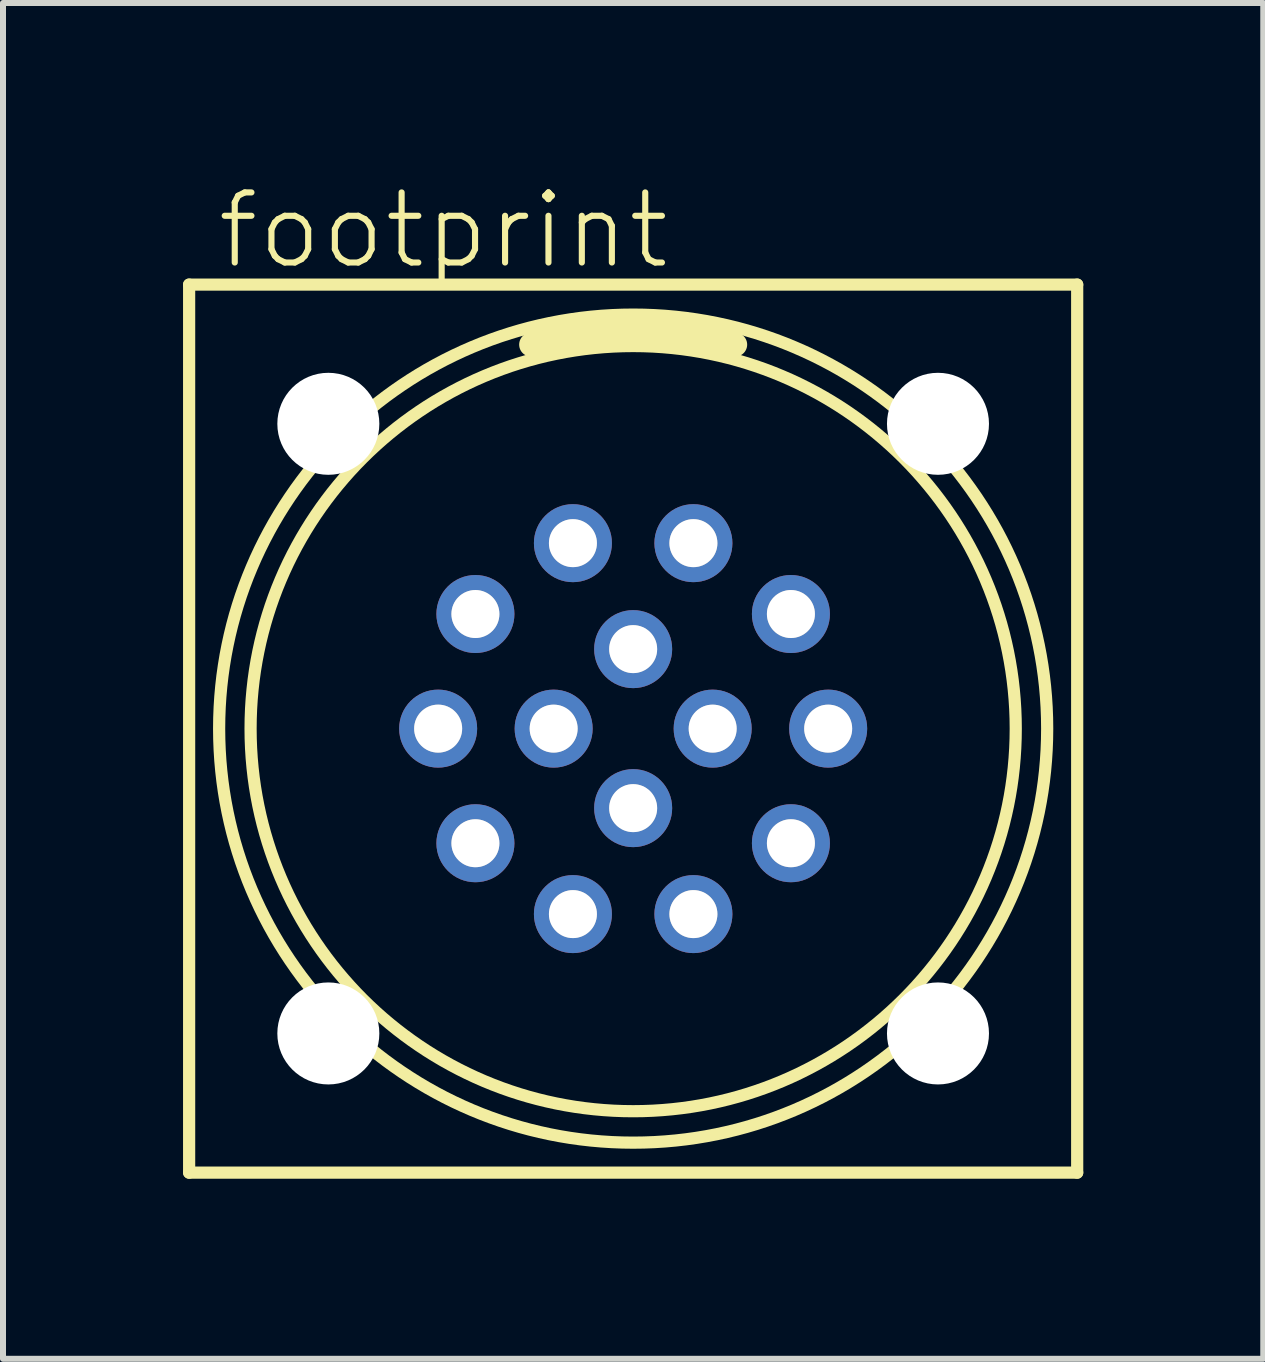
<source format=kicad_pcb>
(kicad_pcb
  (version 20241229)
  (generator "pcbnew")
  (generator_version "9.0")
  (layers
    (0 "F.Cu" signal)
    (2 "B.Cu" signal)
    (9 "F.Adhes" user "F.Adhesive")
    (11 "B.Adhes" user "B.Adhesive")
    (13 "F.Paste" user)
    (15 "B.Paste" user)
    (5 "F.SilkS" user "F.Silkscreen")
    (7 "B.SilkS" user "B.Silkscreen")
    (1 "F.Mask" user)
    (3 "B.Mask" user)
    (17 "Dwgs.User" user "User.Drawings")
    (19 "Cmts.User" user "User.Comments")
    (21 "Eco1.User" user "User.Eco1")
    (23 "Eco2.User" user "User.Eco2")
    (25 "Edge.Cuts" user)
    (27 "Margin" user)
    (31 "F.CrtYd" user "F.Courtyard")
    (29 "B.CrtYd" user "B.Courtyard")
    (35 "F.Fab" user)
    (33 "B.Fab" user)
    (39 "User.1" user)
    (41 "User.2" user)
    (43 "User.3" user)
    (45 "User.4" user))
  (footprint "footprint"
    (layer "F.Cu")
    (at 7.502 9.093)
    (property "Reference" "footprint" (at -6.985 -7.62 0) (layer "F.SilkS") (effects (font (size 1.168 1.168) (thickness 0.102)) (justify left bottom)))
    (fp_line (start -7.4 -7.4) (end 7.4 -7.4) (stroke (width 0.203) (type solid)) (layer "F.SilkS"))
    (fp_line (start -7.4 7.4) (end -7.4 -7.4) (stroke (width 0.203) (type solid)) (layer "F.SilkS"))
    (fp_line (start 7.4 -7.4) (end 7.4 7.4) (stroke (width 0.203) (type solid)) (layer "F.SilkS"))
    (fp_line (start 7.4 7.4) (end -7.4 7.4) (stroke (width 0.203) (type solid)) (layer "F.SilkS"))
    (fp_arc (start -1.7 -6.4) (mid 0 -6.650475) (end 1.700001 -6.4) (stroke (width 0.4) (type solid)) (layer "F.SilkS"))
    (fp_circle (center 0 0) (end 6.376 0) (stroke (width 0.203) (type solid)) (fill no) (layer "F.SilkS"))
    (fp_circle (center 0 0) (end 6.9 0) (stroke (width 0.203) (type solid)) (fill no) (layer "F.SilkS"))
    (fp_circle (center -3.25 0) (end -2.951 0) (stroke (width 0.203) (type solid)) (fill no) (layer "F.Fab"))
    (fp_circle (center -2.629 -1.91) (end -2.331 -1.91) (stroke (width 0.203) (type solid)) (fill no) (layer "F.Fab"))
    (fp_circle (center -2.629 1.91) (end -2.331 1.91) (stroke (width 0.203) (type solid)) (fill no) (layer "F.Fab"))
    (fp_circle (center -1.325 0) (end -1.027 0) (stroke (width 0.203) (type solid)) (fill no) (layer "F.Fab"))
    (fp_circle (center -1.004 -3.091) (end -0.706 -3.091) (stroke (width 0.203) (type solid)) (fill no) (layer "F.Fab"))
    (fp_circle (center -1.004 3.091) (end -0.706 3.091) (stroke (width 0.203) (type solid)) (fill no) (layer "F.Fab"))
    (fp_circle (center 0 -1.325) (end 0.298 -1.325) (stroke (width 0.203) (type solid)) (fill no) (layer "F.Fab"))
    (fp_circle (center 0 1.325) (end 0.298 1.325) (stroke (width 0.203) (type solid)) (fill no) (layer "F.Fab"))
    (fp_circle (center 1.004 -3.091) (end 1.303 -3.091) (stroke (width 0.203) (type solid)) (fill no) (layer "F.Fab"))
    (fp_circle (center 1.004 3.091) (end 1.303 3.091) (stroke (width 0.203) (type solid)) (fill no) (layer "F.Fab"))
    (fp_circle (center 1.325 0) (end 1.623 0) (stroke (width 0.203) (type solid)) (fill no) (layer "F.Fab"))
    (fp_circle (center 2.629 -1.91) (end 2.928 -1.91) (stroke (width 0.203) (type solid)) (fill no) (layer "F.Fab"))
    (fp_circle (center 2.629 1.91) (end 2.928 1.91) (stroke (width 0.203) (type solid)) (fill no) (layer "F.Fab"))
    (fp_circle (center 3.25 0) (end 3.548 0) (stroke (width 0.203) (type solid)) (fill no) (layer "F.Fab"))
    (pad "" np_thru_hole circle (at -5.08 -5.08) (size 1.7 1.7) (drill 1.7) (layers "*.Cu" "*.Mask"))
    (pad "" np_thru_hole circle (at -5.08 5.08) (size 1.7 1.7) (drill 1.7) (layers "*.Cu" "*.Mask"))
    (pad "" np_thru_hole circle (at 5.08 -5.08) (size 1.7 1.7) (drill 1.7) (layers "*.Cu" "*.Mask"))
    (pad "" np_thru_hole circle (at 5.08 5.08) (size 1.7 1.7) (drill 1.7) (layers "*.Cu" "*.Mask"))
    (pad "1" thru_hole circle (at -1.004 -3.091 108) (size 1.3 1.3) (drill 0.8) (layers "*.Cu" "*.Mask"))
    (pad "2" thru_hole circle (at -2.629 -1.91 144) (size 1.3 1.3) (drill 0.8) (layers "*.Cu" "*.Mask"))
    (pad "3" thru_hole circle (at -3.25 0 180) (size 1.3 1.3) (drill 0.8) (layers "*.Cu" "*.Mask"))
    (pad "4" thru_hole circle (at -2.629 1.91 216) (size 1.3 1.3) (drill 0.8) (layers "*.Cu" "*.Mask"))
    (pad "5" thru_hole circle (at -1.004 3.091 252) (size 1.3 1.3) (drill 0.8) (layers "*.Cu" "*.Mask"))
    (pad "6" thru_hole circle (at 1.004 3.091 288) (size 1.3 1.3) (drill 0.8) (layers "*.Cu" "*.Mask"))
    (pad "7" thru_hole circle (at 2.629 1.91 324) (size 1.3 1.3) (drill 0.8) (layers "*.Cu" "*.Mask"))
    (pad "8" thru_hole circle (at 3.25 0) (size 1.3 1.3) (drill 0.8) (layers "*.Cu" "*.Mask"))
    (pad "9" thru_hole circle (at 2.629 -1.91 36) (size 1.3 1.3) (drill 0.8) (layers "*.Cu" "*.Mask"))
    (pad "10" thru_hole circle (at 1.004 -3.091 72) (size 1.3 1.3) (drill 0.8) (layers "*.Cu" "*.Mask"))
    (pad "11" thru_hole circle (at 0 -1.325) (size 1.3 1.3) (drill 0.8) (layers "*.Cu" "*.Mask"))
    (pad "12" thru_hole circle (at -1.325 0) (size 1.3 1.3) (drill 0.8) (layers "*.Cu" "*.Mask"))
    (pad "13" thru_hole circle (at 0 1.325) (size 1.3 1.3) (drill 0.8) (layers "*.Cu" "*.Mask"))
    (pad "14" thru_hole circle (at 1.325 0) (size 1.3 1.3) (drill 0.8) (layers "*.Cu" "*.Mask")))
  (gr_rect
    (start -3 -3)
    (end 18.003 19.595)
    (stroke (width 0.1) (type default))
    (fill no)
    (layer "Edge.Cuts")))
</source>
